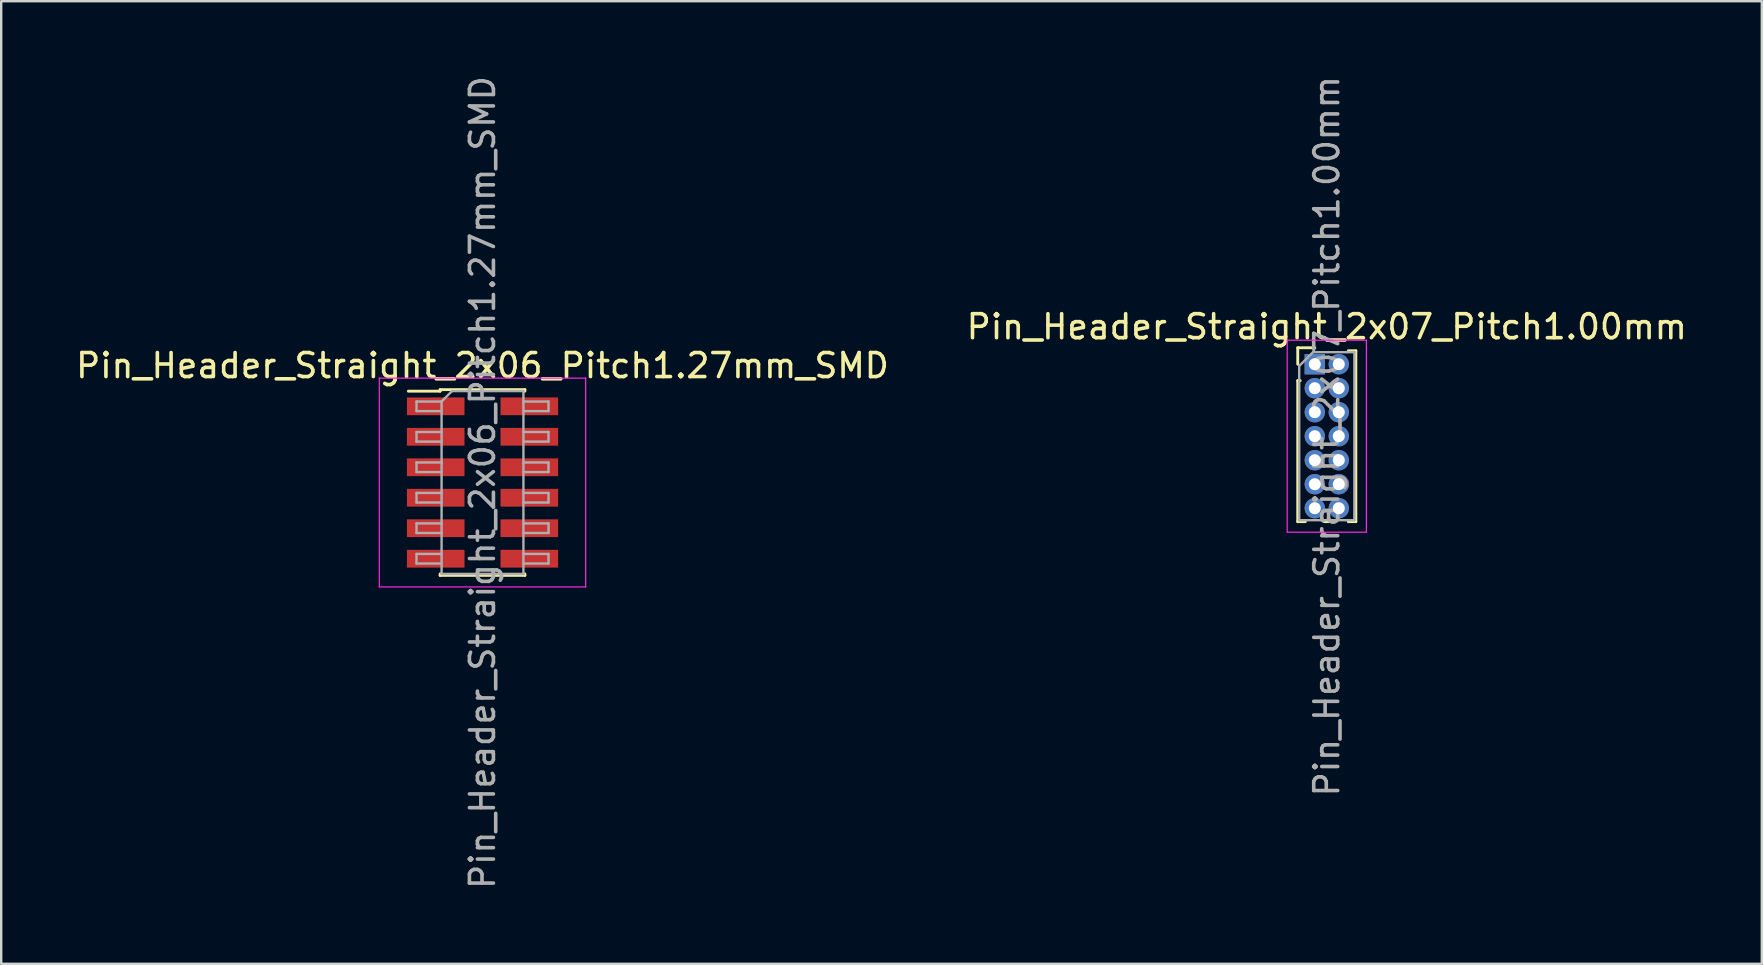
<source format=kicad_pcb>
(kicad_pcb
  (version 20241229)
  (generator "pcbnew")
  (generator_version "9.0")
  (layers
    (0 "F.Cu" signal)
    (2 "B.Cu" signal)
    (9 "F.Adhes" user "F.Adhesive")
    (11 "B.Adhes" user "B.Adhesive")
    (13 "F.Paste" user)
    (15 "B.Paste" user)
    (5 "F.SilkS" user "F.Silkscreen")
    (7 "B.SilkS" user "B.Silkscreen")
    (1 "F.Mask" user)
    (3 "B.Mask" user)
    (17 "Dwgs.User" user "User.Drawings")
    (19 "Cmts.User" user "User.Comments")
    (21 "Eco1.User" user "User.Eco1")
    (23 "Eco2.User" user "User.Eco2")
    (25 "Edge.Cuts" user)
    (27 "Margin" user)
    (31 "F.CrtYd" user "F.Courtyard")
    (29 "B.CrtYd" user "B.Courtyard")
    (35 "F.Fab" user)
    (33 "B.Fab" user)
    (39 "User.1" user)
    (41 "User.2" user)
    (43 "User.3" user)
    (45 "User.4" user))
  (footprint "Pin_Header_Straight_2x06_Pitch1.27mm_SMD"
    (layer "F.Cu")
    (at 17.054 17.054)
    (property "Reference" "Pin_Header_Straight_2x06_Pitch1.27mm_SMD" (at 0 -4.87 0) (layer "F.SilkS") (effects (font (size 1 1) (thickness 0.15))))
    (attr smd)
    (fp_line (start -3.09 -3.805) (end -1.765 -3.805) (stroke (width 0.12) (type solid)) (layer "F.SilkS"))
    (fp_line (start -1.765 -3.87) (end -1.765 -3.805) (stroke (width 0.12) (type solid)) (layer "F.SilkS"))
    (fp_line (start -1.765 -3.87) (end 1.765 -3.87) (stroke (width 0.12) (type solid)) (layer "F.SilkS"))
    (fp_line (start -1.765 3.805) (end -1.765 3.87) (stroke (width 0.12) (type solid)) (layer "F.SilkS"))
    (fp_line (start -1.765 3.87) (end 1.765 3.87) (stroke (width 0.12) (type solid)) (layer "F.SilkS"))
    (fp_line (start 1.765 -3.87) (end 1.765 -3.805) (stroke (width 0.12) (type solid)) (layer "F.SilkS"))
    (fp_line (start 1.765 3.805) (end 1.765 3.87) (stroke (width 0.12) (type solid)) (layer "F.SilkS"))
    (fp_line (start -4.3 -4.35) (end -4.3 4.35) (stroke (width 0.05) (type solid)) (layer "F.CrtYd"))
    (fp_line (start -4.3 4.35) (end 4.3 4.35) (stroke (width 0.05) (type solid)) (layer "F.CrtYd"))
    (fp_line (start 4.3 -4.35) (end -4.3 -4.35) (stroke (width 0.05) (type solid)) (layer "F.CrtYd"))
    (fp_line (start 4.3 4.35) (end 4.3 -4.35) (stroke (width 0.05) (type solid)) (layer "F.CrtYd"))
    (fp_line (start -2.75 -3.375) (end -2.75 -2.975) (stroke (width 0.1) (type solid)) (layer "F.Fab"))
    (fp_line (start -2.75 -2.975) (end -1.705 -2.975) (stroke (width 0.1) (type solid)) (layer "F.Fab"))
    (fp_line (start -2.75 -2.105) (end -2.75 -1.705) (stroke (width 0.1) (type solid)) (layer "F.Fab"))
    (fp_line (start -2.75 -1.705) (end -1.705 -1.705) (stroke (width 0.1) (type solid)) (layer "F.Fab"))
    (fp_line (start -2.75 -0.835) (end -2.75 -0.435) (stroke (width 0.1) (type solid)) (layer "F.Fab"))
    (fp_line (start -2.75 -0.435) (end -1.705 -0.435) (stroke (width 0.1) (type solid)) (layer "F.Fab"))
    (fp_line (start -2.75 0.435) (end -2.75 0.835) (stroke (width 0.1) (type solid)) (layer "F.Fab"))
    (fp_line (start -2.75 0.835) (end -1.705 0.835) (stroke (width 0.1) (type solid)) (layer "F.Fab"))
    (fp_line (start -2.75 1.705) (end -2.75 2.105) (stroke (width 0.1) (type solid)) (layer "F.Fab"))
    (fp_line (start -2.75 2.105) (end -1.705 2.105) (stroke (width 0.1) (type solid)) (layer "F.Fab"))
    (fp_line (start -2.75 2.975) (end -2.75 3.375) (stroke (width 0.1) (type solid)) (layer "F.Fab"))
    (fp_line (start -2.75 3.375) (end -1.705 3.375) (stroke (width 0.1) (type solid)) (layer "F.Fab"))
    (fp_line (start -1.705 -3.375) (end -2.75 -3.375) (stroke (width 0.1) (type solid)) (layer "F.Fab"))
    (fp_line (start -1.705 -3.375) (end -1.27 -3.81) (stroke (width 0.1) (type solid)) (layer "F.Fab"))
    (fp_line (start -1.705 -2.105) (end -2.75 -2.105) (stroke (width 0.1) (type solid)) (layer "F.Fab"))
    (fp_line (start -1.705 -0.835) (end -2.75 -0.835) (stroke (width 0.1) (type solid)) (layer "F.Fab"))
    (fp_line (start -1.705 0.435) (end -2.75 0.435) (stroke (width 0.1) (type solid)) (layer "F.Fab"))
    (fp_line (start -1.705 1.705) (end -2.75 1.705) (stroke (width 0.1) (type solid)) (layer "F.Fab"))
    (fp_line (start -1.705 2.975) (end -2.75 2.975) (stroke (width 0.1) (type solid)) (layer "F.Fab"))
    (fp_line (start -1.705 3.81) (end -1.705 -3.375) (stroke (width 0.1) (type solid)) (layer "F.Fab"))
    (fp_line (start -1.27 -3.81) (end 1.705 -3.81) (stroke (width 0.1) (type solid)) (layer "F.Fab"))
    (fp_line (start 1.705 -3.81) (end 1.705 3.81) (stroke (width 0.1) (type solid)) (layer "F.Fab"))
    (fp_line (start 1.705 -3.375) (end 2.75 -3.375) (stroke (width 0.1) (type solid)) (layer "F.Fab"))
    (fp_line (start 1.705 -2.105) (end 2.75 -2.105) (stroke (width 0.1) (type solid)) (layer "F.Fab"))
    (fp_line (start 1.705 -0.835) (end 2.75 -0.835) (stroke (width 0.1) (type solid)) (layer "F.Fab"))
    (fp_line (start 1.705 0.435) (end 2.75 0.435) (stroke (width 0.1) (type solid)) (layer "F.Fab"))
    (fp_line (start 1.705 1.705) (end 2.75 1.705) (stroke (width 0.1) (type solid)) (layer "F.Fab"))
    (fp_line (start 1.705 2.975) (end 2.75 2.975) (stroke (width 0.1) (type solid)) (layer "F.Fab"))
    (fp_line (start 1.705 3.81) (end -1.705 3.81) (stroke (width 0.1) (type solid)) (layer "F.Fab"))
    (fp_line (start 2.75 -3.375) (end 2.75 -2.975) (stroke (width 0.1) (type solid)) (layer "F.Fab"))
    (fp_line (start 2.75 -2.975) (end 1.705 -2.975) (stroke (width 0.1) (type solid)) (layer "F.Fab"))
    (fp_line (start 2.75 -2.105) (end 2.75 -1.705) (stroke (width 0.1) (type solid)) (layer "F.Fab"))
    (fp_line (start 2.75 -1.705) (end 1.705 -1.705) (stroke (width 0.1) (type solid)) (layer "F.Fab"))
    (fp_line (start 2.75 -0.835) (end 2.75 -0.435) (stroke (width 0.1) (type solid)) (layer "F.Fab"))
    (fp_line (start 2.75 -0.435) (end 1.705 -0.435) (stroke (width 0.1) (type solid)) (layer "F.Fab"))
    (fp_line (start 2.75 0.435) (end 2.75 0.835) (stroke (width 0.1) (type solid)) (layer "F.Fab"))
    (fp_line (start 2.75 0.835) (end 1.705 0.835) (stroke (width 0.1) (type solid)) (layer "F.Fab"))
    (fp_line (start 2.75 1.705) (end 2.75 2.105) (stroke (width 0.1) (type solid)) (layer "F.Fab"))
    (fp_line (start 2.75 2.105) (end 1.705 2.105) (stroke (width 0.1) (type solid)) (layer "F.Fab"))
    (fp_line (start 2.75 2.975) (end 2.75 3.375) (stroke (width 0.1) (type solid)) (layer "F.Fab"))
    (fp_line (start 2.75 3.375) (end 1.705 3.375) (stroke (width 0.1) (type solid)) (layer "F.Fab"))
    (fp_text user "${REFERENCE}" (at 0 0 90) (layer "F.Fab") (effects (font (size 1 1) (thickness 0.15))))
    (pad "1" smd rect (at -1.95 -3.175) (size 2.4 0.74) (layers "F.Cu" "F.Mask" "F.Paste"))
    (pad "2" smd rect (at 1.95 -3.175) (size 2.4 0.74) (layers "F.Cu" "F.Mask" "F.Paste"))
    (pad "3" smd rect (at -1.95 -1.905) (size 2.4 0.74) (layers "F.Cu" "F.Mask" "F.Paste"))
    (pad "4" smd rect (at 1.95 -1.905) (size 2.4 0.74) (layers "F.Cu" "F.Mask" "F.Paste"))
    (pad "5" smd rect (at -1.95 -0.635) (size 2.4 0.74) (layers "F.Cu" "F.Mask" "F.Paste"))
    (pad "6" smd rect (at 1.95 -0.635) (size 2.4 0.74) (layers "F.Cu" "F.Mask" "F.Paste"))
    (pad "7" smd rect (at -1.95 0.635) (size 2.4 0.74) (layers "F.Cu" "F.Mask" "F.Paste"))
    (pad "8" smd rect (at 1.95 0.635) (size 2.4 0.74) (layers "F.Cu" "F.Mask" "F.Paste"))
    (pad "9" smd rect (at -1.95 1.905) (size 2.4 0.74) (layers "F.Cu" "F.Mask" "F.Paste"))
    (pad "10" smd rect (at 1.95 1.905) (size 2.4 0.74) (layers "F.Cu" "F.Mask" "F.Paste"))
    (pad "11" smd rect (at -1.95 3.175) (size 2.4 0.74) (layers "F.Cu" "F.Mask" "F.Paste"))
    (pad "12" smd rect (at 1.95 3.175) (size 2.4 0.74) (layers "F.Cu" "F.Mask" "F.Paste")))
  (footprint "Pin_Header_Straight_2x07_Pitch1.00mm"
    (layer "F.Cu")
    (at 51.732 12.125)
    (property "Reference" "Pin_Header_Straight_2x07_Pitch1.00mm" (at 0.5 -1.56 0) (layer "F.SilkS") (effects (font (size 1 1) (thickness 0.15))))
    (attr through_hole)
    (fp_line (start -0.71 -0.685) (end 0 -0.685) (stroke (width 0.12) (type solid)) (layer "F.SilkS"))
    (fp_line (start -0.71 0) (end -0.71 -0.685) (stroke (width 0.12) (type solid)) (layer "F.SilkS"))
    (fp_line (start -0.71 0.685) (end -0.71 6.56) (stroke (width 0.12) (type solid)) (layer "F.SilkS"))
    (fp_line (start -0.71 0.685) (end -0.608 0.685) (stroke (width 0.12) (type solid)) (layer "F.SilkS"))
    (fp_line (start -0.71 6.56) (end -0.394 6.56) (stroke (width 0.12) (type solid)) (layer "F.SilkS"))
    (fp_line (start 0.394 6.56) (end 0.606 6.56) (stroke (width 0.12) (type solid)) (layer "F.SilkS"))
    (fp_line (start 1.394 -0.56) (end 1.71 -0.56) (stroke (width 0.12) (type solid)) (layer "F.SilkS"))
    (fp_line (start 1.394 6.56) (end 1.71 6.56) (stroke (width 0.12) (type solid)) (layer "F.SilkS"))
    (fp_line (start 1.71 -0.56) (end 1.71 6.56) (stroke (width 0.12) (type solid)) (layer "F.SilkS"))
    (fp_line (start -1.15 -1) (end -1.15 7) (stroke (width 0.05) (type solid)) (layer "F.CrtYd"))
    (fp_line (start -1.15 7) (end 2.15 7) (stroke (width 0.05) (type solid)) (layer "F.CrtYd"))
    (fp_line (start 2.15 -1) (end -1.15 -1) (stroke (width 0.05) (type solid)) (layer "F.CrtYd"))
    (fp_line (start 2.15 7) (end 2.15 -1) (stroke (width 0.05) (type solid)) (layer "F.CrtYd"))
    (fp_line (start -0.65 0.075) (end -0.075 -0.5) (stroke (width 0.1) (type solid)) (layer "F.Fab"))
    (fp_line (start -0.65 6.5) (end -0.65 0.075) (stroke (width 0.1) (type solid)) (layer "F.Fab"))
    (fp_line (start -0.075 -0.5) (end 1.65 -0.5) (stroke (width 0.1) (type solid)) (layer "F.Fab"))
    (fp_line (start 1.65 -0.5) (end 1.65 6.5) (stroke (width 0.1) (type solid)) (layer "F.Fab"))
    (fp_line (start 1.65 6.5) (end -0.65 6.5) (stroke (width 0.1) (type solid)) (layer "F.Fab"))
    (fp_text user "${REFERENCE}" (at 0.5 3 90) (layer "F.Fab") (effects (font (size 1 1) (thickness 0.15))))
    (pad "1" thru_hole rect (at 0 0) (size 0.85 0.85) (drill 0.5) (layers "*.Cu" "*.Mask"))
    (pad "2" thru_hole oval (at 1 0) (size 0.85 0.85) (drill 0.5) (layers "*.Cu" "*.Mask"))
    (pad "3" thru_hole oval (at 0 1) (size 0.85 0.85) (drill 0.5) (layers "*.Cu" "*.Mask"))
    (pad "4" thru_hole oval (at 1 1) (size 0.85 0.85) (drill 0.5) (layers "*.Cu" "*.Mask"))
    (pad "5" thru_hole oval (at 0 2) (size 0.85 0.85) (drill 0.5) (layers "*.Cu" "*.Mask"))
    (pad "6" thru_hole oval (at 1 2) (size 0.85 0.85) (drill 0.5) (layers "*.Cu" "*.Mask"))
    (pad "7" thru_hole oval (at 0 3) (size 0.85 0.85) (drill 0.5) (layers "*.Cu" "*.Mask"))
    (pad "8" thru_hole oval (at 1 3) (size 0.85 0.85) (drill 0.5) (layers "*.Cu" "*.Mask"))
    (pad "9" thru_hole oval (at 0 4) (size 0.85 0.85) (drill 0.5) (layers "*.Cu" "*.Mask"))
    (pad "10" thru_hole oval (at 1 4) (size 0.85 0.85) (drill 0.5) (layers "*.Cu" "*.Mask"))
    (pad "11" thru_hole oval (at 0 5) (size 0.85 0.85) (drill 0.5) (layers "*.Cu" "*.Mask"))
    (pad "12" thru_hole oval (at 1 5) (size 0.85 0.85) (drill 0.5) (layers "*.Cu" "*.Mask"))
    (pad "13" thru_hole oval (at 0 6) (size 0.85 0.85) (drill 0.5) (layers "*.Cu" "*.Mask"))
    (pad "14" thru_hole oval (at 1 6) (size 0.85 0.85) (drill 0.5) (layers "*.Cu" "*.Mask")))
  (gr_rect
    (start -3 -3)
    (end 70.357 37.107)
    (stroke (width 0.1) (type default))
    (fill no)
    (layer "Edge.Cuts")))
</source>
